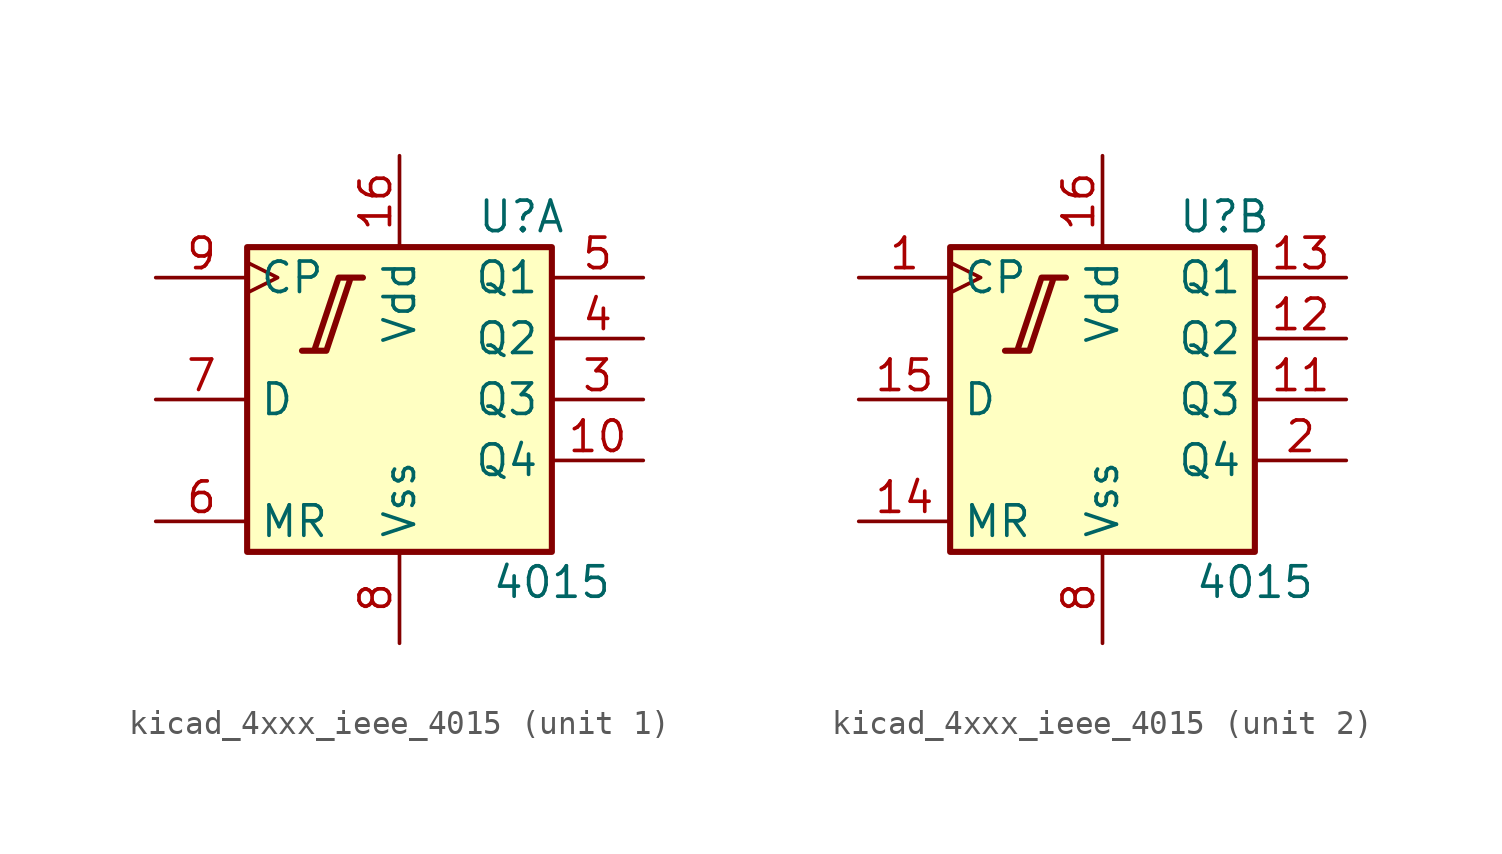
<source format=kicad_sym>
(kicad_symbol_lib
  (version 20220914)
  (generator kicad_symbol_editor)
  (symbol "kicad_4xxx_ieee_4015"
    (property "Reference" "U"
      (at 5.08 7.62 0)
      (effects (font (size 1.27 1.27))))
    (property "Value" "4015"
      (at 6.35 -7.62 0)
      (effects (font (size 1.27 1.27))))
    (symbol "kicad_4xxx_ieee_4015_0_1"
      (polyline (pts (xy -4.064 2.032) (xy -3.048 2.032) (xy -2.032 5.08) (xy -1.524 5.08) (xy -2.54 5.08) (xy -3.556 2.032) (xy -3.556 2.032)) (stroke (width 0.254) (type default)) (fill (type background)))
      (rectangle (start 6.35 6.35) (end -6.35 -6.35) (stroke (width 0.254) (type default)) (fill (type background)))
      (pin power_in line (at 0 10.16 270) (length 3.81) (name "Vdd" (effects (font (size 1.27 1.27)))) (number "16" (effects (font (size 1.27 1.27)))))
      (pin power_in line (at 0 -10.16 90) (length 3.81) (name "Vss" (effects (font (size 1.27 1.27)))) (number "8" (effects (font (size 1.27 1.27))))))
    (symbol "kicad_4xxx_ieee_4015_1_1"
      (pin output line (at 10.16 -2.54 180) (length 3.81) (name "Q4" (effects (font (size 1.27 1.27)))) (number "10" (effects (font (size 1.27 1.27)))))
      (pin output line (at 10.16 0 180) (length 3.81) (name "Q3" (effects (font (size 1.27 1.27)))) (number "3" (effects (font (size 1.27 1.27)))))
      (pin output line (at 10.16 2.54 180) (length 3.81) (name "Q2" (effects (font (size 1.27 1.27)))) (number "4" (effects (font (size 1.27 1.27)))))
      (pin output line (at 10.16 5.08 180) (length 3.81) (name "Q1" (effects (font (size 1.27 1.27)))) (number "5" (effects (font (size 1.27 1.27)))))
      (pin input line (at -10.16 -5.08 0) (length 3.81) (name "MR" (effects (font (size 1.27 1.27)))) (number "6" (effects (font (size 1.27 1.27)))))
      (pin input line (at -10.16 0 0) (length 3.81) (name "D" (effects (font (size 1.27 1.27)))) (number "7" (effects (font (size 1.27 1.27)))))
      (pin input clock (at -10.16 5.08 0) (length 3.81) (name "CP" (effects (font (size 1.27 1.27)))) (number "9" (effects (font (size 1.27 1.27))))))
    (symbol "kicad_4xxx_ieee_4015_2_1"
      (pin input clock (at -10.16 5.08 0) (length 3.81) (name "CP" (effects (font (size 1.27 1.27)))) (number "1" (effects (font (size 1.27 1.27)))))
      (pin output line (at 10.16 0 180) (length 3.81) (name "Q3" (effects (font (size 1.27 1.27)))) (number "11" (effects (font (size 1.27 1.27)))))
      (pin output line (at 10.16 2.54 180) (length 3.81) (name "Q2" (effects (font (size 1.27 1.27)))) (number "12" (effects (font (size 1.27 1.27)))))
      (pin output line (at 10.16 5.08 180) (length 3.81) (name "Q1" (effects (font (size 1.27 1.27)))) (number "13" (effects (font (size 1.27 1.27)))))
      (pin input line (at -10.16 -5.08 0) (length 3.81) (name "MR" (effects (font (size 1.27 1.27)))) (number "14" (effects (font (size 1.27 1.27)))))
      (pin input line (at -10.16 0 0) (length 3.81) (name "D" (effects (font (size 1.27 1.27)))) (number "15" (effects (font (size 1.27 1.27)))))
      (pin output line (at 10.16 -2.54 180) (length 3.81) (name "Q4" (effects (font (size 1.27 1.27)))) (number "2" (effects (font (size 1.27 1.27))))))))
</source>
